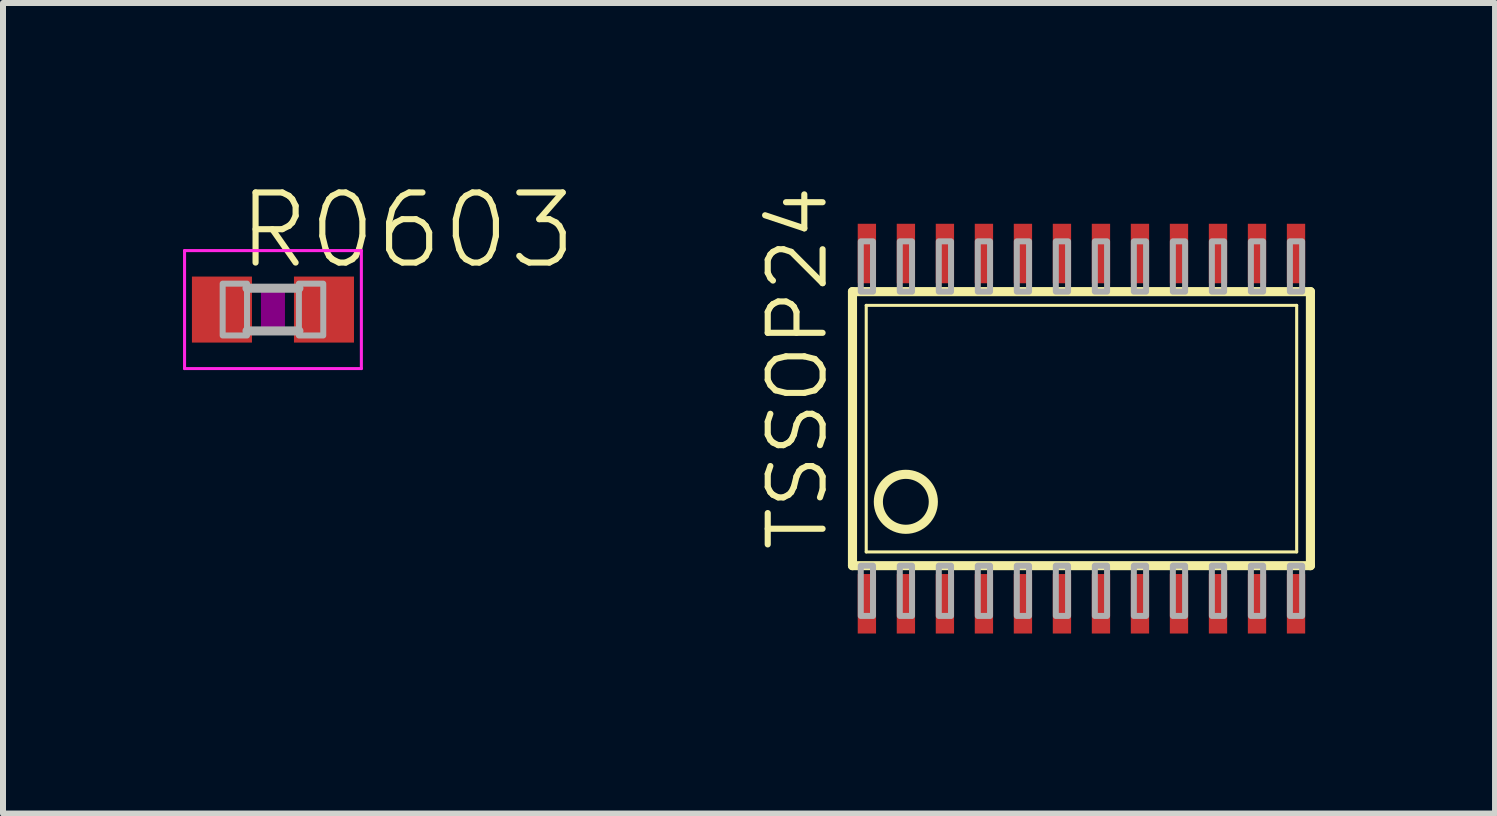
<source format=kicad_pcb>
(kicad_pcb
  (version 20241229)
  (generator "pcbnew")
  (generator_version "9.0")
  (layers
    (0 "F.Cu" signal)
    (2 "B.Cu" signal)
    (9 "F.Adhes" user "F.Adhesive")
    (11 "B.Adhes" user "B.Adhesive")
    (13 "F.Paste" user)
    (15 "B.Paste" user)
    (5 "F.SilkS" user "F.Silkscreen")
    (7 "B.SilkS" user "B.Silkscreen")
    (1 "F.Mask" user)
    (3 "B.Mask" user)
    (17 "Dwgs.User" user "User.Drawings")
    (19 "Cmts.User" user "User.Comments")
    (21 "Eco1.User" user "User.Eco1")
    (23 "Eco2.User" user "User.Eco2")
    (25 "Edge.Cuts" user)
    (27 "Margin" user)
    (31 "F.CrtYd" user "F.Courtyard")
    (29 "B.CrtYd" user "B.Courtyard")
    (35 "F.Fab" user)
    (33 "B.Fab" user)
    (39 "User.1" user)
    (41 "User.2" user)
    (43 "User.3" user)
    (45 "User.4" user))
  (footprint "TSSOP24"
    (layer "F.Cu")
    (at 14.969 4.092)
    (property "Reference" "TSSOP24" (at -4.196 2.083 90) (layer "F.SilkS") (effects (font (size 0.914 0.914) (thickness 0.102)) (justify left bottom)))
    (fp_line (start -3.815 2.283) (end -3.815 -2.283) (stroke (width 0.152) (type solid)) (layer "F.SilkS"))
    (fp_line (start -3.815 2.283) (end 3.815 2.283) (stroke (width 0.152) (type solid)) (layer "F.SilkS"))
    (fp_line (start -3.586 2.054) (end -3.586 -2.054) (stroke (width 0.051) (type solid)) (layer "F.SilkS"))
    (fp_line (start -3.586 2.054) (end 3.586 2.054) (stroke (width 0.051) (type solid)) (layer "F.SilkS"))
    (fp_line (start 3.586 -2.054) (end -3.586 -2.054) (stroke (width 0.051) (type solid)) (layer "F.SilkS"))
    (fp_line (start 3.586 -2.054) (end 3.586 2.054) (stroke (width 0.051) (type solid)) (layer "F.SilkS"))
    (fp_line (start 3.815 -2.283) (end -3.815 -2.283) (stroke (width 0.152) (type solid)) (layer "F.SilkS"))
    (fp_line (start 3.815 -2.283) (end 3.815 2.283) (stroke (width 0.152) (type solid)) (layer "F.SilkS"))
    (fp_circle (center -2.926 1.219) (end -2.468 1.219) (stroke (width 0.152) (type solid)) (fill no) (layer "F.SilkS"))
    (fp_poly (pts (xy -3.677 -2.283) (xy -3.473 -2.283) (xy -3.473 -3.121) (xy -3.677 -3.121)) (stroke (width 0.1) (type solid)) (fill no) (layer "F.Fab"))
    (fp_poly (pts (xy -3.677 3.121) (xy -3.473 3.121) (xy -3.473 2.283) (xy -3.677 2.283)) (stroke (width 0.1) (type solid)) (fill no) (layer "F.Fab"))
    (fp_poly (pts (xy -3.027 -2.283) (xy -2.823 -2.283) (xy -2.823 -3.121) (xy -3.027 -3.121)) (stroke (width 0.1) (type solid)) (fill no) (layer "F.Fab"))
    (fp_poly (pts (xy -3.027 3.121) (xy -2.823 3.121) (xy -2.823 2.283) (xy -3.027 2.283)) (stroke (width 0.1) (type solid)) (fill no) (layer "F.Fab"))
    (fp_poly (pts (xy -2.377 -2.283) (xy -2.173 -2.283) (xy -2.173 -3.121) (xy -2.377 -3.121)) (stroke (width 0.1) (type solid)) (fill no) (layer "F.Fab"))
    (fp_poly (pts (xy -2.377 3.121) (xy -2.173 3.121) (xy -2.173 2.283) (xy -2.377 2.283)) (stroke (width 0.1) (type solid)) (fill no) (layer "F.Fab"))
    (fp_poly (pts (xy -1.727 -2.283) (xy -1.523 -2.283) (xy -1.523 -3.121) (xy -1.727 -3.121)) (stroke (width 0.1) (type solid)) (fill no) (layer "F.Fab"))
    (fp_poly (pts (xy -1.727 3.121) (xy -1.523 3.121) (xy -1.523 2.283) (xy -1.727 2.283)) (stroke (width 0.1) (type solid)) (fill no) (layer "F.Fab"))
    (fp_poly (pts (xy -1.077 -2.283) (xy -0.873 -2.283) (xy -0.873 -3.121) (xy -1.077 -3.121)) (stroke (width 0.1) (type solid)) (fill no) (layer "F.Fab"))
    (fp_poly (pts (xy -1.077 3.121) (xy -0.873 3.121) (xy -0.873 2.283) (xy -1.077 2.283)) (stroke (width 0.1) (type solid)) (fill no) (layer "F.Fab"))
    (fp_poly (pts (xy -0.427 -2.283) (xy -0.223 -2.283) (xy -0.223 -3.121) (xy -0.427 -3.121)) (stroke (width 0.1) (type solid)) (fill no) (layer "F.Fab"))
    (fp_poly (pts (xy -0.427 3.121) (xy -0.223 3.121) (xy -0.223 2.283) (xy -0.427 2.283)) (stroke (width 0.1) (type solid)) (fill no) (layer "F.Fab"))
    (fp_poly (pts (xy 0.223 -2.283) (xy 0.427 -2.283) (xy 0.427 -3.121) (xy 0.223 -3.121)) (stroke (width 0.1) (type solid)) (fill no) (layer "F.Fab"))
    (fp_poly (pts (xy 0.223 3.121) (xy 0.427 3.121) (xy 0.427 2.283) (xy 0.223 2.283)) (stroke (width 0.1) (type solid)) (fill no) (layer "F.Fab"))
    (fp_poly (pts (xy 0.873 -2.283) (xy 1.077 -2.283) (xy 1.077 -3.121) (xy 0.873 -3.121)) (stroke (width 0.1) (type solid)) (fill no) (layer "F.Fab"))
    (fp_poly (pts (xy 0.873 3.121) (xy 1.077 3.121) (xy 1.077 2.283) (xy 0.873 2.283)) (stroke (width 0.1) (type solid)) (fill no) (layer "F.Fab"))
    (fp_poly (pts (xy 1.523 -2.283) (xy 1.727 -2.283) (xy 1.727 -3.121) (xy 1.523 -3.121)) (stroke (width 0.1) (type solid)) (fill no) (layer "F.Fab"))
    (fp_poly (pts (xy 1.523 3.121) (xy 1.727 3.121) (xy 1.727 2.283) (xy 1.523 2.283)) (stroke (width 0.1) (type solid)) (fill no) (layer "F.Fab"))
    (fp_poly (pts (xy 2.173 -2.283) (xy 2.377 -2.283) (xy 2.377 -3.121) (xy 2.173 -3.121)) (stroke (width 0.1) (type solid)) (fill no) (layer "F.Fab"))
    (fp_poly (pts (xy 2.173 3.121) (xy 2.377 3.121) (xy 2.377 2.283) (xy 2.173 2.283)) (stroke (width 0.1) (type solid)) (fill no) (layer "F.Fab"))
    (fp_poly (pts (xy 2.823 -2.283) (xy 3.027 -2.283) (xy 3.027 -3.121) (xy 2.823 -3.121)) (stroke (width 0.1) (type solid)) (fill no) (layer "F.Fab"))
    (fp_poly (pts (xy 2.823 3.121) (xy 3.027 3.121) (xy 3.027 2.283) (xy 2.823 2.283)) (stroke (width 0.1) (type solid)) (fill no) (layer "F.Fab"))
    (fp_poly (pts (xy 3.473 -2.283) (xy 3.677 -2.283) (xy 3.677 -3.121) (xy 3.473 -3.121)) (stroke (width 0.1) (type solid)) (fill no) (layer "F.Fab"))
    (fp_poly (pts (xy 3.473 3.121) (xy 3.677 3.121) (xy 3.677 2.283) (xy 3.473 2.283)) (stroke (width 0.1) (type solid)) (fill no) (layer "F.Fab"))
    (pad "1" smd rect (at -3.575 2.918) (size 0.305 0.991) (layers "F.Cu" "F.Mask" "F.Paste"))
    (pad "2" smd rect (at -2.925 2.918) (size 0.305 0.991) (layers "F.Cu" "F.Mask" "F.Paste"))
    (pad "3" smd rect (at -2.275 2.918) (size 0.305 0.991) (layers "F.Cu" "F.Mask" "F.Paste"))
    (pad "4" smd rect (at -1.625 2.918) (size 0.305 0.991) (layers "F.Cu" "F.Mask" "F.Paste"))
    (pad "5" smd rect (at -0.975 2.918) (size 0.305 0.991) (layers "F.Cu" "F.Mask" "F.Paste"))
    (pad "6" smd rect (at -0.325 2.918) (size 0.305 0.991) (layers "F.Cu" "F.Mask" "F.Paste"))
    (pad "7" smd rect (at 0.325 2.918) (size 0.305 0.991) (layers "F.Cu" "F.Mask" "F.Paste"))
    (pad "8" smd rect (at 0.975 2.918) (size 0.305 0.991) (layers "F.Cu" "F.Mask" "F.Paste"))
    (pad "9" smd rect (at 1.625 2.918) (size 0.305 0.991) (layers "F.Cu" "F.Mask" "F.Paste"))
    (pad "10" smd rect (at 2.275 2.918) (size 0.305 0.991) (layers "F.Cu" "F.Mask" "F.Paste"))
    (pad "11" smd rect (at 2.925 2.918) (size 0.305 0.991) (layers "F.Cu" "F.Mask" "F.Paste"))
    (pad "12" smd rect (at 3.575 2.918) (size 0.305 0.991) (layers "F.Cu" "F.Mask" "F.Paste"))
    (pad "13" smd rect (at 3.575 -2.918) (size 0.305 0.991) (layers "F.Cu" "F.Mask" "F.Paste"))
    (pad "14" smd rect (at 2.925 -2.918) (size 0.305 0.991) (layers "F.Cu" "F.Mask" "F.Paste"))
    (pad "15" smd rect (at 2.275 -2.918) (size 0.305 0.991) (layers "F.Cu" "F.Mask" "F.Paste"))
    (pad "16" smd rect (at 1.625 -2.918) (size 0.305 0.991) (layers "F.Cu" "F.Mask" "F.Paste"))
    (pad "17" smd rect (at 0.975 -2.918) (size 0.305 0.991) (layers "F.Cu" "F.Mask" "F.Paste"))
    (pad "18" smd rect (at 0.325 -2.918) (size 0.305 0.991) (layers "F.Cu" "F.Mask" "F.Paste"))
    (pad "19" smd rect (at -0.325 -2.918) (size 0.305 0.991) (layers "F.Cu" "F.Mask" "F.Paste"))
    (pad "20" smd rect (at -0.975 -2.918) (size 0.305 0.991) (layers "F.Cu" "F.Mask" "F.Paste"))
    (pad "21" smd rect (at -1.625 -2.918) (size 0.305 0.991) (layers "F.Cu" "F.Mask" "F.Paste"))
    (pad "22" smd rect (at -2.275 -2.918) (size 0.305 0.991) (layers "F.Cu" "F.Mask" "F.Paste"))
    (pad "23" smd rect (at -2.925 -2.918) (size 0.305 0.991) (layers "F.Cu" "F.Mask" "F.Paste"))
    (pad "24" smd rect (at -3.575 -2.918) (size 0.305 0.991) (layers "F.Cu" "F.Mask" "F.Paste")))
  (footprint "R0603"
    (layer "F.Cu")
    (at 1.498 2.108)
    (property "Reference" "R0603" (at -0.635 -0.635 0) (layer "F.SilkS") (effects (font (size 1.168 1.168) (thickness 0.102)) (justify left bottom)))
    (fp_poly (pts (xy -0.2 0.4) (xy 0.2 0.4) (xy 0.2 -0.4) (xy -0.2 -0.4)) (stroke (width 0) (type solid)) (fill yes) (layer "F.Adhes"))
    (fp_line (start -1.473 -0.983) (end 1.473 -0.983) (stroke (width 0.051) (type solid)) (layer "F.CrtYd"))
    (fp_line (start -1.473 0.983) (end -1.473 -0.983) (stroke (width 0.051) (type solid)) (layer "F.CrtYd"))
    (fp_line (start 1.473 -0.983) (end 1.473 0.983) (stroke (width 0.051) (type solid)) (layer "F.CrtYd"))
    (fp_line (start 1.473 0.983) (end -1.473 0.983) (stroke (width 0.051) (type solid)) (layer "F.CrtYd"))
    (fp_line (start -0.432 0.356) (end 0.432 0.356) (stroke (width 0.152) (type solid)) (layer "F.Fab"))
    (fp_line (start 0.432 -0.356) (end -0.432 -0.356) (stroke (width 0.152) (type solid)) (layer "F.Fab"))
    (fp_poly (pts (xy -0.838 0.432) (xy -0.432 0.432) (xy -0.432 -0.432) (xy -0.838 -0.432)) (stroke (width 0.1) (type solid)) (fill no) (layer "F.Fab"))
    (fp_poly (pts (xy 0.432 0.432) (xy 0.838 0.432) (xy 0.838 -0.432) (xy 0.432 -0.432)) (stroke (width 0.1) (type solid)) (fill no) (layer "F.Fab"))
    (pad "1" smd rect (at -0.85 0) (size 1 1.1) (layers "F.Cu" "F.Mask" "F.Paste"))
    (pad "2" smd rect (at 0.85 0) (size 1 1.1) (layers "F.Cu" "F.Mask" "F.Paste")))
  (gr_rect
    (start -3 -3)
    (end 21.86 10.505)
    (stroke (width 0.1) (type default))
    (fill no)
    (layer "Edge.Cuts")))
</source>
